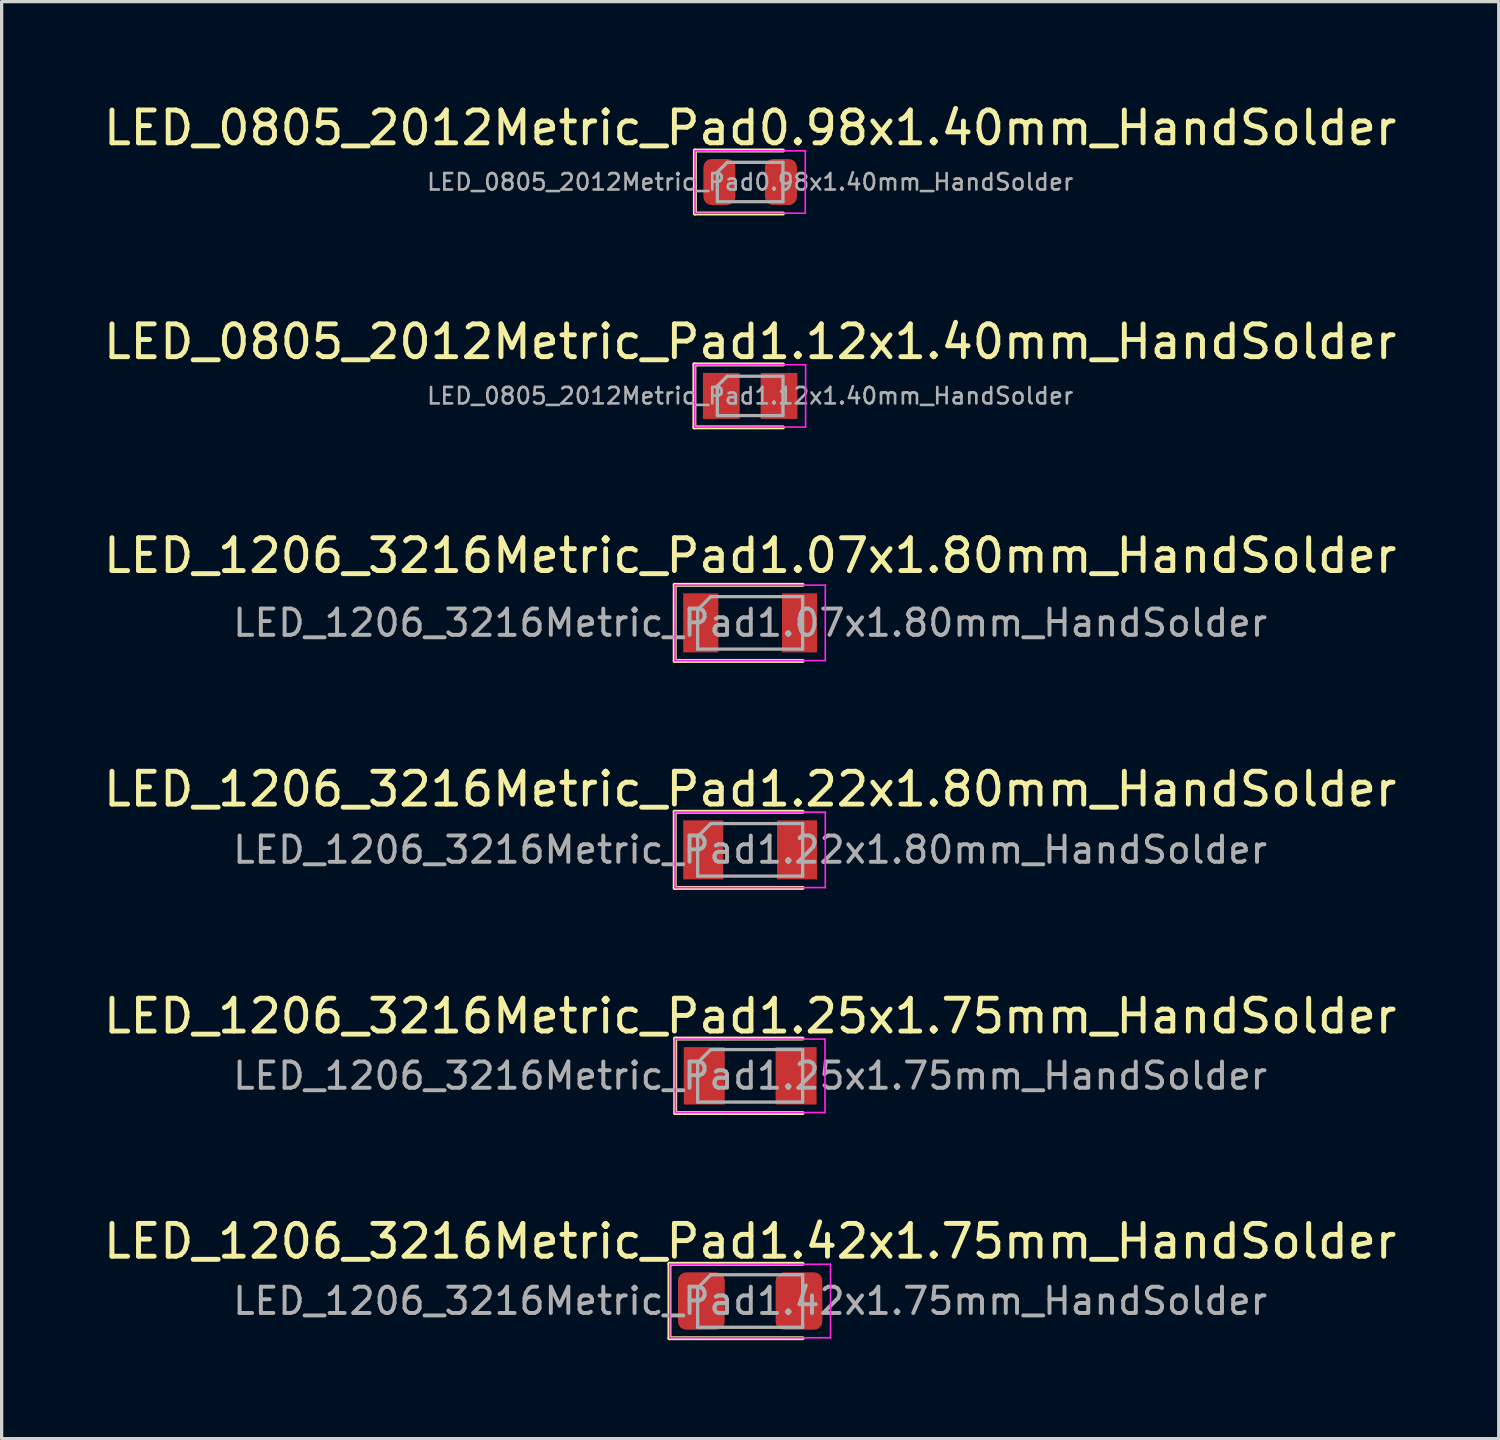
<source format=kicad_pcb>
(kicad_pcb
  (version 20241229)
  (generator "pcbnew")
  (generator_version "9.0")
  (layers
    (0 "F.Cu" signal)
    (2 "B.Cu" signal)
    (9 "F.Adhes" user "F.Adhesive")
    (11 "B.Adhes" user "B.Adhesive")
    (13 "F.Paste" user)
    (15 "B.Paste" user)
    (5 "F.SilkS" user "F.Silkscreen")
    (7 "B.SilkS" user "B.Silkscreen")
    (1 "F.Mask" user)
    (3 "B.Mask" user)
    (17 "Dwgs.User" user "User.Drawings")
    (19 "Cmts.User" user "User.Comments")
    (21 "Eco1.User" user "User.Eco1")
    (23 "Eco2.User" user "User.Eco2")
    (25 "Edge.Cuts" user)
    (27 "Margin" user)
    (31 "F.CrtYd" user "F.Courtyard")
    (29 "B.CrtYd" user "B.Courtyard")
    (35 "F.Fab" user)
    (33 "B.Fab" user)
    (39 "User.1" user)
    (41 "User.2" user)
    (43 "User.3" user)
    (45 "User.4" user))
  (footprint "LED_1206_3216Metric_Pad1.25x1.75mm_HandSolder"
    (layer "F.Cu")
    (at 19.815 29.741)
    (property "Reference" "LED_1206_3216Metric_Pad1.25x1.75mm_HandSolder" (at 0 -1.82 0) (layer "F.SilkS") (effects (font (size 1 1) (thickness 0.15))))
    (attr smd)
    (fp_line (start -2.285 -1.135) (end -2.285 1.135) (stroke (width 0.12) (type solid)) (layer "F.SilkS"))
    (fp_line (start -2.285 1.135) (end 1.6 1.135) (stroke (width 0.12) (type solid)) (layer "F.SilkS"))
    (fp_line (start 1.6 -1.135) (end -2.285 -1.135) (stroke (width 0.12) (type solid)) (layer "F.SilkS"))
    (fp_line (start -2.28 -1.12) (end 2.28 -1.12) (stroke (width 0.05) (type solid)) (layer "F.CrtYd"))
    (fp_line (start -2.28 1.12) (end -2.28 -1.12) (stroke (width 0.05) (type solid)) (layer "F.CrtYd"))
    (fp_line (start 2.28 -1.12) (end 2.28 1.12) (stroke (width 0.05) (type solid)) (layer "F.CrtYd"))
    (fp_line (start 2.28 1.12) (end -2.28 1.12) (stroke (width 0.05) (type solid)) (layer "F.CrtYd"))
    (fp_line (start -1.6 -0.4) (end -1.6 0.8) (stroke (width 0.1) (type solid)) (layer "F.Fab"))
    (fp_line (start -1.6 0.8) (end 1.6 0.8) (stroke (width 0.1) (type solid)) (layer "F.Fab"))
    (fp_line (start -1.2 -0.8) (end -1.6 -0.4) (stroke (width 0.1) (type solid)) (layer "F.Fab"))
    (fp_line (start 1.6 -0.8) (end -1.2 -0.8) (stroke (width 0.1) (type solid)) (layer "F.Fab"))
    (fp_line (start 1.6 0.8) (end 1.6 -0.8) (stroke (width 0.1) (type solid)) (layer "F.Fab"))
    (fp_text user "${REFERENCE}" (at 0 0 0) (layer "F.Fab") (effects (font (size 0.8 0.8) (thickness 0.12))))
    (pad "1" smd rect (at -1.4 0) (size 1.25 1.75) (layers "F.Cu" "F.Mask" "F.Paste"))
    (pad "2" smd rect (at 1.4 0) (size 1.25 1.75) (layers "F.Cu" "F.Mask" "F.Paste")))
  (footprint "LED_0805_2012Metric_Pad1.12x1.40mm_HandSolder"
    (layer "F.Cu")
    (at 19.815 9.017)
    (property "Reference" "LED_0805_2012Metric_Pad1.12x1.40mm_HandSolder" (at 0 -1.65 0) (layer "F.SilkS") (effects (font (size 1 1) (thickness 0.15))))
    (attr smd)
    (fp_line (start -1.7 -0.96) (end -1.7 0.96) (stroke (width 0.12) (type solid)) (layer "F.SilkS"))
    (fp_line (start -1.7 0.96) (end 1 0.96) (stroke (width 0.12) (type solid)) (layer "F.SilkS"))
    (fp_line (start 1 -0.96) (end -1.7 -0.96) (stroke (width 0.12) (type solid)) (layer "F.SilkS"))
    (fp_line (start -1.69 -0.95) (end 1.69 -0.95) (stroke (width 0.05) (type solid)) (layer "F.CrtYd"))
    (fp_line (start -1.69 0.95) (end -1.69 -0.95) (stroke (width 0.05) (type solid)) (layer "F.CrtYd"))
    (fp_line (start 1.69 -0.95) (end 1.69 0.95) (stroke (width 0.05) (type solid)) (layer "F.CrtYd"))
    (fp_line (start 1.69 0.95) (end -1.69 0.95) (stroke (width 0.05) (type solid)) (layer "F.CrtYd"))
    (fp_line (start -1 -0.3) (end -1 0.6) (stroke (width 0.1) (type solid)) (layer "F.Fab"))
    (fp_line (start -1 0.6) (end 1 0.6) (stroke (width 0.1) (type solid)) (layer "F.Fab"))
    (fp_line (start -0.7 -0.6) (end -1 -0.3) (stroke (width 0.1) (type solid)) (layer "F.Fab"))
    (fp_line (start 1 -0.6) (end -0.7 -0.6) (stroke (width 0.1) (type solid)) (layer "F.Fab"))
    (fp_line (start 1 0.6) (end 1 -0.6) (stroke (width 0.1) (type solid)) (layer "F.Fab"))
    (fp_text user "${REFERENCE}" (at 0 0 0) (layer "F.Fab") (effects (font (size 0.5 0.5) (thickness 0.08))))
    (pad "1" smd rect (at -0.88 0) (size 1.12 1.4) (layers "F.Cu" "F.Mask" "F.Paste"))
    (pad "2" smd rect (at 0.88 0) (size 1.12 1.4) (layers "F.Cu" "F.Mask" "F.Paste")))
  (footprint "LED_1206_3216Metric_Pad1.07x1.80mm_HandSolder"
    (layer "F.Cu")
    (at 19.815 15.935)
    (property "Reference" "LED_1206_3216Metric_Pad1.07x1.80mm_HandSolder" (at 0 -2.05 0) (layer "F.SilkS") (effects (font (size 1 1) (thickness 0.15))))
    (attr smd)
    (fp_line (start -2.3 -1.16) (end -2.3 1.16) (stroke (width 0.12) (type solid)) (layer "F.SilkS"))
    (fp_line (start -2.3 1.16) (end 1.6 1.16) (stroke (width 0.12) (type solid)) (layer "F.SilkS"))
    (fp_line (start 1.6 -1.16) (end -2.3 -1.16) (stroke (width 0.12) (type solid)) (layer "F.SilkS"))
    (fp_line (start -2.29 -1.15) (end 2.29 -1.15) (stroke (width 0.05) (type solid)) (layer "F.CrtYd"))
    (fp_line (start -2.29 1.15) (end -2.29 -1.15) (stroke (width 0.05) (type solid)) (layer "F.CrtYd"))
    (fp_line (start 2.29 -1.15) (end 2.29 1.15) (stroke (width 0.05) (type solid)) (layer "F.CrtYd"))
    (fp_line (start 2.29 1.15) (end -2.29 1.15) (stroke (width 0.05) (type solid)) (layer "F.CrtYd"))
    (fp_line (start -1.6 -0.4) (end -1.6 0.8) (stroke (width 0.1) (type solid)) (layer "F.Fab"))
    (fp_line (start -1.6 0.8) (end 1.6 0.8) (stroke (width 0.1) (type solid)) (layer "F.Fab"))
    (fp_line (start -1.2 -0.8) (end -1.6 -0.4) (stroke (width 0.1) (type solid)) (layer "F.Fab"))
    (fp_line (start 1.6 -0.8) (end -1.2 -0.8) (stroke (width 0.1) (type solid)) (layer "F.Fab"))
    (fp_line (start 1.6 0.8) (end 1.6 -0.8) (stroke (width 0.1) (type solid)) (layer "F.Fab"))
    (fp_text user "${REFERENCE}" (at 0 0 0) (layer "F.Fab") (effects (font (size 0.8 0.8) (thickness 0.12))))
    (pad "1" smd rect (at -1.505 0) (size 1.07 1.8) (layers "F.Cu" "F.Mask" "F.Paste"))
    (pad "2" smd rect (at 1.505 0) (size 1.07 1.8) (layers "F.Cu" "F.Mask" "F.Paste")))
  (footprint "LED_0805_2012Metric_Pad0.98x1.40mm_HandSolder"
    (layer "F.Cu")
    (at 19.815 2.498)
    (property "Reference" "LED_0805_2012Metric_Pad0.98x1.40mm_HandSolder" (at 0 -1.65 0) (layer "F.SilkS") (effects (font (size 1 1) (thickness 0.15))))
    (attr smd)
    (fp_line (start -1.685 -0.96) (end -1.685 0.96) (stroke (width 0.12) (type solid)) (layer "F.SilkS"))
    (fp_line (start -1.685 0.96) (end 1 0.96) (stroke (width 0.12) (type solid)) (layer "F.SilkS"))
    (fp_line (start 1 -0.96) (end -1.685 -0.96) (stroke (width 0.12) (type solid)) (layer "F.SilkS"))
    (fp_line (start -1.68 -0.95) (end 1.68 -0.95) (stroke (width 0.05) (type solid)) (layer "F.CrtYd"))
    (fp_line (start -1.68 0.95) (end -1.68 -0.95) (stroke (width 0.05) (type solid)) (layer "F.CrtYd"))
    (fp_line (start 1.68 -0.95) (end 1.68 0.95) (stroke (width 0.05) (type solid)) (layer "F.CrtYd"))
    (fp_line (start 1.68 0.95) (end -1.68 0.95) (stroke (width 0.05) (type solid)) (layer "F.CrtYd"))
    (fp_line (start -1 -0.3) (end -1 0.6) (stroke (width 0.1) (type solid)) (layer "F.Fab"))
    (fp_line (start -1 0.6) (end 1 0.6) (stroke (width 0.1) (type solid)) (layer "F.Fab"))
    (fp_line (start -0.7 -0.6) (end -1 -0.3) (stroke (width 0.1) (type solid)) (layer "F.Fab"))
    (fp_line (start 1 -0.6) (end -0.7 -0.6) (stroke (width 0.1) (type solid)) (layer "F.Fab"))
    (fp_line (start 1 0.6) (end 1 -0.6) (stroke (width 0.1) (type solid)) (layer "F.Fab"))
    (fp_text user "${REFERENCE}" (at 0 0 0) (layer "F.Fab") (effects (font (size 0.5 0.5) (thickness 0.08))))
    (pad "1" smd roundrect (at -0.938 0) (size 0.975 1.4) (layers "F.Cu" "F.Mask" "F.Paste") (roundrect_rratio 0.25))
    (pad "2" smd roundrect (at 0.938 0) (size 0.975 1.4) (layers "F.Cu" "F.Mask" "F.Paste") (roundrect_rratio 0.25)))
  (footprint "LED_1206_3216Metric_Pad1.42x1.75mm_HandSolder"
    (layer "F.Cu")
    (at 19.815 36.605)
    (property "Reference" "LED_1206_3216Metric_Pad1.42x1.75mm_HandSolder" (at 0 -1.82 0) (layer "F.SilkS") (effects (font (size 1 1) (thickness 0.15))))
    (attr smd)
    (fp_line (start -2.46 -1.135) (end -2.46 1.135) (stroke (width 0.12) (type solid)) (layer "F.SilkS"))
    (fp_line (start -2.46 1.135) (end 1.6 1.135) (stroke (width 0.12) (type solid)) (layer "F.SilkS"))
    (fp_line (start 1.6 -1.135) (end -2.46 -1.135) (stroke (width 0.12) (type solid)) (layer "F.SilkS"))
    (fp_line (start -2.45 -1.12) (end 2.45 -1.12) (stroke (width 0.05) (type solid)) (layer "F.CrtYd"))
    (fp_line (start -2.45 1.12) (end -2.45 -1.12) (stroke (width 0.05) (type solid)) (layer "F.CrtYd"))
    (fp_line (start 2.45 -1.12) (end 2.45 1.12) (stroke (width 0.05) (type solid)) (layer "F.CrtYd"))
    (fp_line (start 2.45 1.12) (end -2.45 1.12) (stroke (width 0.05) (type solid)) (layer "F.CrtYd"))
    (fp_line (start -1.6 -0.4) (end -1.6 0.8) (stroke (width 0.1) (type solid)) (layer "F.Fab"))
    (fp_line (start -1.6 0.8) (end 1.6 0.8) (stroke (width 0.1) (type solid)) (layer "F.Fab"))
    (fp_line (start -1.2 -0.8) (end -1.6 -0.4) (stroke (width 0.1) (type solid)) (layer "F.Fab"))
    (fp_line (start 1.6 -0.8) (end -1.2 -0.8) (stroke (width 0.1) (type solid)) (layer "F.Fab"))
    (fp_line (start 1.6 0.8) (end 1.6 -0.8) (stroke (width 0.1) (type solid)) (layer "F.Fab"))
    (fp_text user "${REFERENCE}" (at 0 0 0) (layer "F.Fab") (effects (font (size 0.8 0.8) (thickness 0.12))))
    (pad "1" smd roundrect (at -1.488 0) (size 1.425 1.75) (layers "F.Cu" "F.Mask" "F.Paste") (roundrect_rratio 0.175))
    (pad "2" smd roundrect (at 1.488 0) (size 1.425 1.75) (layers "F.Cu" "F.Mask" "F.Paste") (roundrect_rratio 0.175)))
  (footprint "LED_1206_3216Metric_Pad1.22x1.80mm_HandSolder"
    (layer "F.Cu")
    (at 19.815 22.853)
    (property "Reference" "LED_1206_3216Metric_Pad1.22x1.80mm_HandSolder" (at 0 -1.85 0) (layer "F.SilkS") (effects (font (size 1 1) (thickness 0.15))))
    (attr smd)
    (fp_line (start -2.3 -1.16) (end -2.3 1.16) (stroke (width 0.12) (type solid)) (layer "F.SilkS"))
    (fp_line (start -2.3 1.16) (end 1.6 1.16) (stroke (width 0.12) (type solid)) (layer "F.SilkS"))
    (fp_line (start 1.6 -1.16) (end -2.3 -1.16) (stroke (width 0.12) (type solid)) (layer "F.SilkS"))
    (fp_line (start -2.29 -1.15) (end 2.29 -1.15) (stroke (width 0.05) (type solid)) (layer "F.CrtYd"))
    (fp_line (start -2.29 1.15) (end -2.29 -1.15) (stroke (width 0.05) (type solid)) (layer "F.CrtYd"))
    (fp_line (start 2.29 -1.15) (end 2.29 1.15) (stroke (width 0.05) (type solid)) (layer "F.CrtYd"))
    (fp_line (start 2.29 1.15) (end -2.29 1.15) (stroke (width 0.05) (type solid)) (layer "F.CrtYd"))
    (fp_line (start -1.6 -0.4) (end -1.6 0.8) (stroke (width 0.1) (type solid)) (layer "F.Fab"))
    (fp_line (start -1.6 0.8) (end 1.6 0.8) (stroke (width 0.1) (type solid)) (layer "F.Fab"))
    (fp_line (start -1.2 -0.8) (end -1.6 -0.4) (stroke (width 0.1) (type solid)) (layer "F.Fab"))
    (fp_line (start 1.6 -0.8) (end -1.2 -0.8) (stroke (width 0.1) (type solid)) (layer "F.Fab"))
    (fp_line (start 1.6 0.8) (end 1.6 -0.8) (stroke (width 0.1) (type solid)) (layer "F.Fab"))
    (fp_text user "${REFERENCE}" (at 0 0 0) (layer "F.Fab") (effects (font (size 0.8 0.8) (thickness 0.12))))
    (pad "1" smd rect (at -1.43 0) (size 1.22 1.8) (layers "F.Cu" "F.Mask" "F.Paste"))
    (pad "2" smd rect (at 1.43 0) (size 1.22 1.8) (layers "F.Cu" "F.Mask" "F.Paste")))
  (gr_rect
    (start -3 -3)
    (end 42.631 40.8)
    (stroke (width 0.1) (type default))
    (fill no)
    (layer "Edge.Cuts")))
</source>
